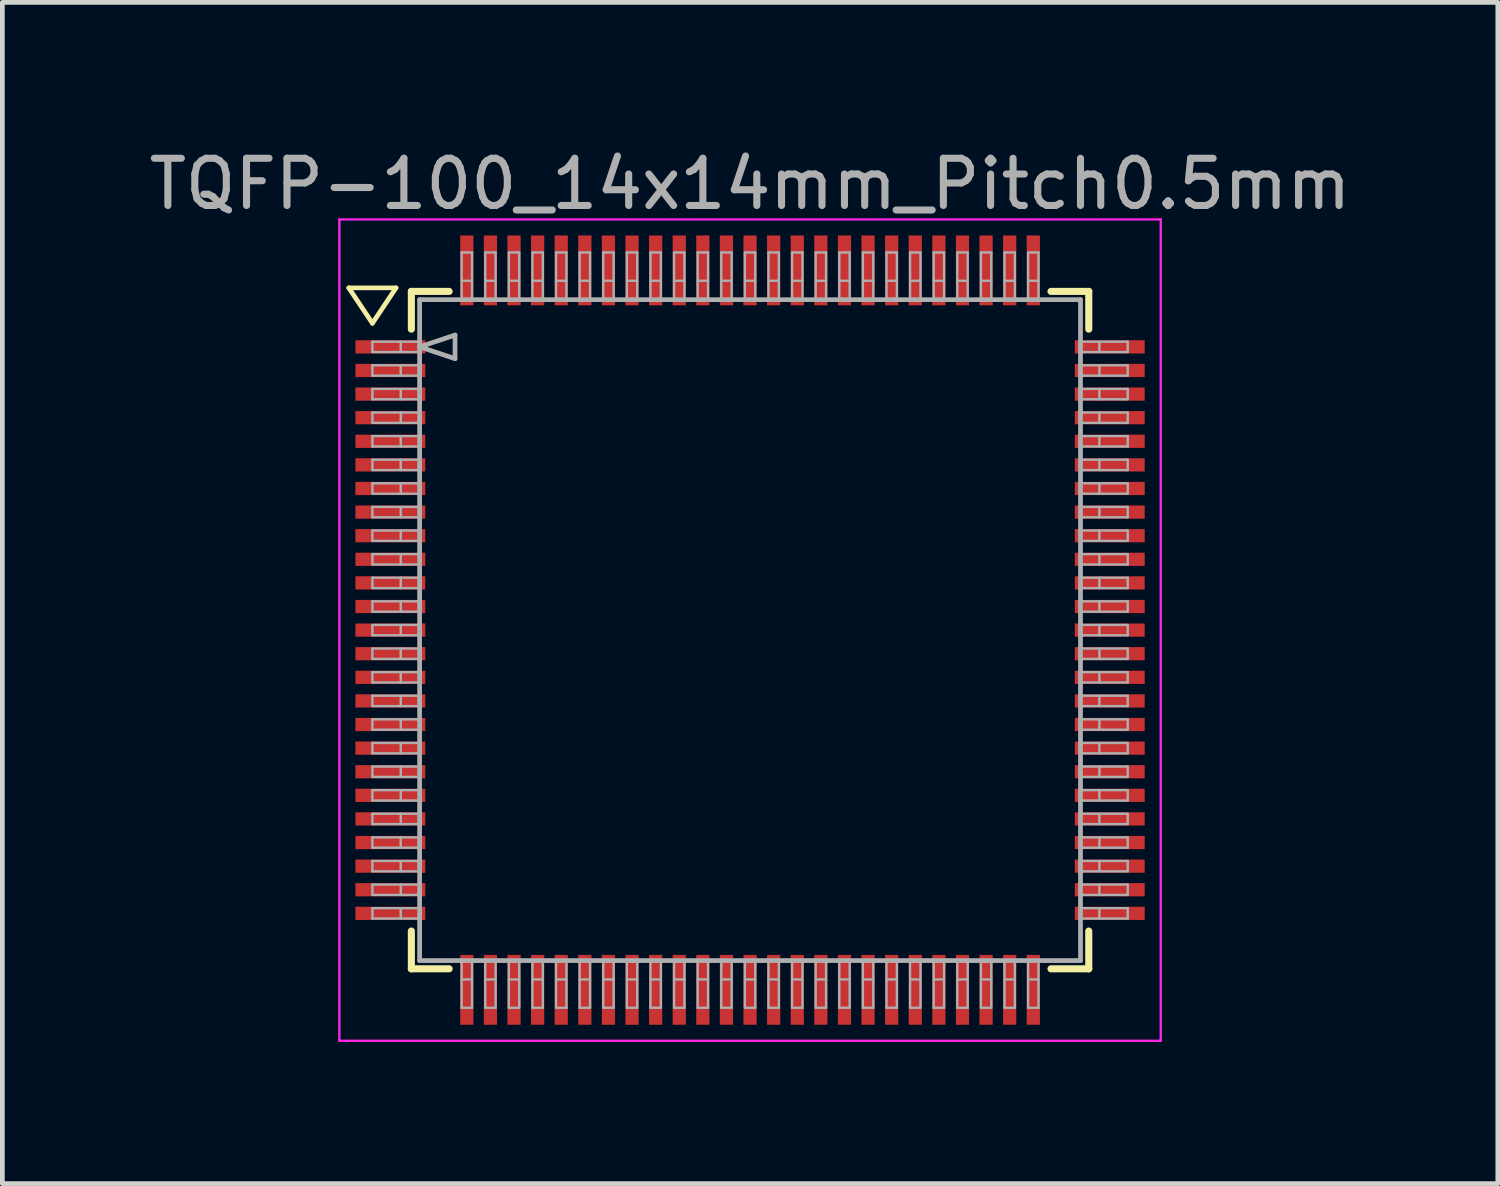
<source format=kicad_pcb>
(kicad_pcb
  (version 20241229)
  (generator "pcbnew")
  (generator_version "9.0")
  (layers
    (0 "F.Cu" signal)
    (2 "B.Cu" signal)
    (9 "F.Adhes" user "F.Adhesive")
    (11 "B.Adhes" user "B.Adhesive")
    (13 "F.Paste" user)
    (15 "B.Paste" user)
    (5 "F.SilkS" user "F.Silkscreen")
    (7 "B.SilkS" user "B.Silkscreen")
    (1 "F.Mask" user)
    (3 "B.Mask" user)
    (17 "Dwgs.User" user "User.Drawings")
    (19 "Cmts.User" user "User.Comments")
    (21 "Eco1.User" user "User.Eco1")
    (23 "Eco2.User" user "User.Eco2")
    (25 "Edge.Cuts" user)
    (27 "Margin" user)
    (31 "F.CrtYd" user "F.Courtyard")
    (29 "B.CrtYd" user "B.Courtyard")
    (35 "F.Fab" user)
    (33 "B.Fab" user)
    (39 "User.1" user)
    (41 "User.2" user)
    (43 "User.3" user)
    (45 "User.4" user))
  (footprint "TQFP-100_14x14mm_Pitch0.5mm"
    (layer "F.Cu")
    (at 12.839 10.298)
    (property "Reference" "TQFP-100_14x14mm_Pitch0.5mm" (at 0 -9.45 0) (layer "F.Fab") (effects (font (size 1 1) (thickness 0.15))))
    (attr smd)
    (fp_line (start -8.5 -7.25) (end -8 -6.5) (stroke (width 0.1) (type solid)) (layer "F.SilkS"))
    (fp_line (start -8 -6.5) (end -7.5 -7.25) (stroke (width 0.1) (type solid)) (layer "F.SilkS"))
    (fp_line (start -7.5 -7.25) (end -8.5 -7.25) (stroke (width 0.1) (type solid)) (layer "F.SilkS"))
    (fp_line (start -7.175 -7.175) (end -7.175 -6.375) (stroke (width 0.15) (type solid)) (layer "F.SilkS"))
    (fp_line (start -7.175 -7.175) (end -6.375 -7.175) (stroke (width 0.15) (type solid)) (layer "F.SilkS"))
    (fp_line (start -7.175 7.175) (end -7.175 6.375) (stroke (width 0.15) (type solid)) (layer "F.SilkS"))
    (fp_line (start -7.175 7.175) (end -6.375 7.175) (stroke (width 0.15) (type solid)) (layer "F.SilkS"))
    (fp_line (start 7.175 -7.175) (end 6.375 -7.175) (stroke (width 0.15) (type solid)) (layer "F.SilkS"))
    (fp_line (start 7.175 -7.175) (end 7.175 -6.375) (stroke (width 0.15) (type solid)) (layer "F.SilkS"))
    (fp_line (start 7.175 7.175) (end 6.375 7.175) (stroke (width 0.15) (type solid)) (layer "F.SilkS"))
    (fp_line (start 7.175 7.175) (end 7.175 6.375) (stroke (width 0.15) (type solid)) (layer "F.SilkS"))
    (fp_line (start -8.7 -8.7) (end -8.7 8.7) (stroke (width 0.05) (type solid)) (layer "F.CrtYd"))
    (fp_line (start -8.7 -8.7) (end 8.7 -8.7) (stroke (width 0.05) (type solid)) (layer "F.CrtYd"))
    (fp_line (start -8.7 8.7) (end 8.7 8.7) (stroke (width 0.05) (type solid)) (layer "F.CrtYd"))
    (fp_line (start 8.7 -8.7) (end 8.7 8.7) (stroke (width 0.05) (type solid)) (layer "F.CrtYd"))
    (fp_line (start -8 -6.11) (end -7 -6.11) (stroke (width 0.05) (type solid)) (layer "F.Fab"))
    (fp_line (start -8 -5.89) (end -8 -6.11) (stroke (width 0.05) (type solid)) (layer "F.Fab"))
    (fp_line (start -8 -5.89) (end -7 -5.89) (stroke (width 0.05) (type solid)) (layer "F.Fab"))
    (fp_line (start -8 -5.61) (end -7 -5.61) (stroke (width 0.05) (type solid)) (layer "F.Fab"))
    (fp_line (start -8 -5.39) (end -8 -5.61) (stroke (width 0.05) (type solid)) (layer "F.Fab"))
    (fp_line (start -8 -5.39) (end -7 -5.39) (stroke (width 0.05) (type solid)) (layer "F.Fab"))
    (fp_line (start -8 -5.11) (end -7 -5.11) (stroke (width 0.05) (type solid)) (layer "F.Fab"))
    (fp_line (start -8 -4.89) (end -8 -5.11) (stroke (width 0.05) (type solid)) (layer "F.Fab"))
    (fp_line (start -8 -4.89) (end -7 -4.89) (stroke (width 0.05) (type solid)) (layer "F.Fab"))
    (fp_line (start -8 -4.61) (end -7 -4.61) (stroke (width 0.05) (type solid)) (layer "F.Fab"))
    (fp_line (start -8 -4.39) (end -8 -4.61) (stroke (width 0.05) (type solid)) (layer "F.Fab"))
    (fp_line (start -8 -4.39) (end -7 -4.39) (stroke (width 0.05) (type solid)) (layer "F.Fab"))
    (fp_line (start -8 -4.11) (end -7 -4.11) (stroke (width 0.05) (type solid)) (layer "F.Fab"))
    (fp_line (start -8 -3.89) (end -8 -4.11) (stroke (width 0.05) (type solid)) (layer "F.Fab"))
    (fp_line (start -8 -3.89) (end -7 -3.89) (stroke (width 0.05) (type solid)) (layer "F.Fab"))
    (fp_line (start -8 -3.61) (end -7 -3.61) (stroke (width 0.05) (type solid)) (layer "F.Fab"))
    (fp_line (start -8 -3.39) (end -8 -3.61) (stroke (width 0.05) (type solid)) (layer "F.Fab"))
    (fp_line (start -8 -3.39) (end -7 -3.39) (stroke (width 0.05) (type solid)) (layer "F.Fab"))
    (fp_line (start -8 -3.11) (end -7 -3.11) (stroke (width 0.05) (type solid)) (layer "F.Fab"))
    (fp_line (start -8 -2.89) (end -8 -3.11) (stroke (width 0.05) (type solid)) (layer "F.Fab"))
    (fp_line (start -8 -2.89) (end -7 -2.89) (stroke (width 0.05) (type solid)) (layer "F.Fab"))
    (fp_line (start -8 -2.61) (end -7 -2.61) (stroke (width 0.05) (type solid)) (layer "F.Fab"))
    (fp_line (start -8 -2.39) (end -8 -2.61) (stroke (width 0.05) (type solid)) (layer "F.Fab"))
    (fp_line (start -8 -2.39) (end -7 -2.39) (stroke (width 0.05) (type solid)) (layer "F.Fab"))
    (fp_line (start -8 -2.11) (end -7 -2.11) (stroke (width 0.05) (type solid)) (layer "F.Fab"))
    (fp_line (start -8 -1.89) (end -8 -2.11) (stroke (width 0.05) (type solid)) (layer "F.Fab"))
    (fp_line (start -8 -1.89) (end -7 -1.89) (stroke (width 0.05) (type solid)) (layer "F.Fab"))
    (fp_line (start -8 -1.61) (end -7 -1.61) (stroke (width 0.05) (type solid)) (layer "F.Fab"))
    (fp_line (start -8 -1.39) (end -8 -1.61) (stroke (width 0.05) (type solid)) (layer "F.Fab"))
    (fp_line (start -8 -1.39) (end -7 -1.39) (stroke (width 0.05) (type solid)) (layer "F.Fab"))
    (fp_line (start -8 -1.11) (end -7 -1.11) (stroke (width 0.05) (type solid)) (layer "F.Fab"))
    (fp_line (start -8 -0.89) (end -8 -1.11) (stroke (width 0.05) (type solid)) (layer "F.Fab"))
    (fp_line (start -8 -0.89) (end -7 -0.89) (stroke (width 0.05) (type solid)) (layer "F.Fab"))
    (fp_line (start -8 -0.61) (end -7 -0.61) (stroke (width 0.05) (type solid)) (layer "F.Fab"))
    (fp_line (start -8 -0.39) (end -8 -0.61) (stroke (width 0.05) (type solid)) (layer "F.Fab"))
    (fp_line (start -8 -0.39) (end -7 -0.39) (stroke (width 0.05) (type solid)) (layer "F.Fab"))
    (fp_line (start -8 -0.11) (end -7 -0.11) (stroke (width 0.05) (type solid)) (layer "F.Fab"))
    (fp_line (start -8 0.11) (end -8 -0.11) (stroke (width 0.05) (type solid)) (layer "F.Fab"))
    (fp_line (start -8 0.11) (end -7 0.11) (stroke (width 0.05) (type solid)) (layer "F.Fab"))
    (fp_line (start -8 0.39) (end -7 0.39) (stroke (width 0.05) (type solid)) (layer "F.Fab"))
    (fp_line (start -8 0.61) (end -8 0.39) (stroke (width 0.05) (type solid)) (layer "F.Fab"))
    (fp_line (start -8 0.61) (end -7 0.61) (stroke (width 0.05) (type solid)) (layer "F.Fab"))
    (fp_line (start -8 0.89) (end -7 0.89) (stroke (width 0.05) (type solid)) (layer "F.Fab"))
    (fp_line (start -8 1.11) (end -8 0.89) (stroke (width 0.05) (type solid)) (layer "F.Fab"))
    (fp_line (start -8 1.11) (end -7 1.11) (stroke (width 0.05) (type solid)) (layer "F.Fab"))
    (fp_line (start -8 1.39) (end -7 1.39) (stroke (width 0.05) (type solid)) (layer "F.Fab"))
    (fp_line (start -8 1.61) (end -8 1.39) (stroke (width 0.05) (type solid)) (layer "F.Fab"))
    (fp_line (start -8 1.61) (end -7 1.61) (stroke (width 0.05) (type solid)) (layer "F.Fab"))
    (fp_line (start -8 1.89) (end -7 1.89) (stroke (width 0.05) (type solid)) (layer "F.Fab"))
    (fp_line (start -8 2.11) (end -8 1.89) (stroke (width 0.05) (type solid)) (layer "F.Fab"))
    (fp_line (start -8 2.11) (end -7 2.11) (stroke (width 0.05) (type solid)) (layer "F.Fab"))
    (fp_line (start -8 2.39) (end -7 2.39) (stroke (width 0.05) (type solid)) (layer "F.Fab"))
    (fp_line (start -8 2.61) (end -8 2.39) (stroke (width 0.05) (type solid)) (layer "F.Fab"))
    (fp_line (start -8 2.61) (end -7 2.61) (stroke (width 0.05) (type solid)) (layer "F.Fab"))
    (fp_line (start -8 2.89) (end -7 2.89) (stroke (width 0.05) (type solid)) (layer "F.Fab"))
    (fp_line (start -8 3.11) (end -8 2.89) (stroke (width 0.05) (type solid)) (layer "F.Fab"))
    (fp_line (start -8 3.11) (end -7 3.11) (stroke (width 0.05) (type solid)) (layer "F.Fab"))
    (fp_line (start -8 3.39) (end -7 3.39) (stroke (width 0.05) (type solid)) (layer "F.Fab"))
    (fp_line (start -8 3.61) (end -8 3.39) (stroke (width 0.05) (type solid)) (layer "F.Fab"))
    (fp_line (start -8 3.61) (end -7 3.61) (stroke (width 0.05) (type solid)) (layer "F.Fab"))
    (fp_line (start -8 3.89) (end -7 3.89) (stroke (width 0.05) (type solid)) (layer "F.Fab"))
    (fp_line (start -8 4.11) (end -8 3.89) (stroke (width 0.05) (type solid)) (layer "F.Fab"))
    (fp_line (start -8 4.11) (end -7 4.11) (stroke (width 0.05) (type solid)) (layer "F.Fab"))
    (fp_line (start -8 4.39) (end -7 4.39) (stroke (width 0.05) (type solid)) (layer "F.Fab"))
    (fp_line (start -8 4.61) (end -8 4.39) (stroke (width 0.05) (type solid)) (layer "F.Fab"))
    (fp_line (start -8 4.61) (end -7 4.61) (stroke (width 0.05) (type solid)) (layer "F.Fab"))
    (fp_line (start -8 4.89) (end -7 4.89) (stroke (width 0.05) (type solid)) (layer "F.Fab"))
    (fp_line (start -8 5.11) (end -8 4.89) (stroke (width 0.05) (type solid)) (layer "F.Fab"))
    (fp_line (start -8 5.11) (end -7 5.11) (stroke (width 0.05) (type solid)) (layer "F.Fab"))
    (fp_line (start -8 5.39) (end -7 5.39) (stroke (width 0.05) (type solid)) (layer "F.Fab"))
    (fp_line (start -8 5.61) (end -8 5.39) (stroke (width 0.05) (type solid)) (layer "F.Fab"))
    (fp_line (start -8 5.61) (end -7 5.61) (stroke (width 0.05) (type solid)) (layer "F.Fab"))
    (fp_line (start -8 5.89) (end -7 5.89) (stroke (width 0.05) (type solid)) (layer "F.Fab"))
    (fp_line (start -8 6.11) (end -8 5.89) (stroke (width 0.05) (type solid)) (layer "F.Fab"))
    (fp_line (start -8 6.11) (end -7 6.11) (stroke (width 0.05) (type solid)) (layer "F.Fab"))
    (fp_line (start -7.4 -5.89) (end -7.4 -6.11) (stroke (width 0.05) (type solid)) (layer "F.Fab"))
    (fp_line (start -7.4 -5.39) (end -7.4 -5.61) (stroke (width 0.05) (type solid)) (layer "F.Fab"))
    (fp_line (start -7.4 -4.89) (end -7.4 -5.11) (stroke (width 0.05) (type solid)) (layer "F.Fab"))
    (fp_line (start -7.4 -4.39) (end -7.4 -4.61) (stroke (width 0.05) (type solid)) (layer "F.Fab"))
    (fp_line (start -7.4 -3.89) (end -7.4 -4.11) (stroke (width 0.05) (type solid)) (layer "F.Fab"))
    (fp_line (start -7.4 -3.39) (end -7.4 -3.61) (stroke (width 0.05) (type solid)) (layer "F.Fab"))
    (fp_line (start -7.4 -2.89) (end -7.4 -3.11) (stroke (width 0.05) (type solid)) (layer "F.Fab"))
    (fp_line (start -7.4 -2.39) (end -7.4 -2.61) (stroke (width 0.05) (type solid)) (layer "F.Fab"))
    (fp_line (start -7.4 -1.89) (end -7.4 -2.11) (stroke (width 0.05) (type solid)) (layer "F.Fab"))
    (fp_line (start -7.4 -1.39) (end -7.4 -1.61) (stroke (width 0.05) (type solid)) (layer "F.Fab"))
    (fp_line (start -7.4 -0.89) (end -7.4 -1.11) (stroke (width 0.05) (type solid)) (layer "F.Fab"))
    (fp_line (start -7.4 -0.39) (end -7.4 -0.61) (stroke (width 0.05) (type solid)) (layer "F.Fab"))
    (fp_line (start -7.4 0.11) (end -7.4 -0.11) (stroke (width 0.05) (type solid)) (layer "F.Fab"))
    (fp_line (start -7.4 0.61) (end -7.4 0.39) (stroke (width 0.05) (type solid)) (layer "F.Fab"))
    (fp_line (start -7.4 1.11) (end -7.4 0.89) (stroke (width 0.05) (type solid)) (layer "F.Fab"))
    (fp_line (start -7.4 1.61) (end -7.4 1.39) (stroke (width 0.05) (type solid)) (layer "F.Fab"))
    (fp_line (start -7.4 2.11) (end -7.4 1.89) (stroke (width 0.05) (type solid)) (layer "F.Fab"))
    (fp_line (start -7.4 2.61) (end -7.4 2.39) (stroke (width 0.05) (type solid)) (layer "F.Fab"))
    (fp_line (start -7.4 3.11) (end -7.4 2.89) (stroke (width 0.05) (type solid)) (layer "F.Fab"))
    (fp_line (start -7.4 3.61) (end -7.4 3.39) (stroke (width 0.05) (type solid)) (layer "F.Fab"))
    (fp_line (start -7.4 4.11) (end -7.4 3.89) (stroke (width 0.05) (type solid)) (layer "F.Fab"))
    (fp_line (start -7.4 4.61) (end -7.4 4.39) (stroke (width 0.05) (type solid)) (layer "F.Fab"))
    (fp_line (start -7.4 5.11) (end -7.4 4.89) (stroke (width 0.05) (type solid)) (layer "F.Fab"))
    (fp_line (start -7.4 5.61) (end -7.4 5.39) (stroke (width 0.05) (type solid)) (layer "F.Fab"))
    (fp_line (start -7.4 6.11) (end -7.4 5.89) (stroke (width 0.05) (type solid)) (layer "F.Fab"))
    (fp_line (start -7 -7) (end 7 -7) (stroke (width 0.1) (type solid)) (layer "F.Fab"))
    (fp_line (start -7 -6) (end -6.25 -6.25) (stroke (width 0.1) (type solid)) (layer "F.Fab"))
    (fp_line (start -7 7) (end -7 -7) (stroke (width 0.1) (type solid)) (layer "F.Fab"))
    (fp_line (start -6.25 -6.25) (end -6.25 -5.75) (stroke (width 0.1) (type solid)) (layer "F.Fab"))
    (fp_line (start -6.25 -5.75) (end -7 -6) (stroke (width 0.1) (type solid)) (layer "F.Fab"))
    (fp_line (start -6.11 -8) (end -6.11 -7) (stroke (width 0.05) (type solid)) (layer "F.Fab"))
    (fp_line (start -6.11 -8) (end -5.89 -8) (stroke (width 0.05) (type solid)) (layer "F.Fab"))
    (fp_line (start -6.11 -7.4) (end -5.89 -7.4) (stroke (width 0.05) (type solid)) (layer "F.Fab"))
    (fp_line (start -6.11 7) (end -6.11 8) (stroke (width 0.05) (type solid)) (layer "F.Fab"))
    (fp_line (start -6.11 7.4) (end -5.89 7.4) (stroke (width 0.05) (type solid)) (layer "F.Fab"))
    (fp_line (start -6.11 8) (end -5.89 8) (stroke (width 0.05) (type solid)) (layer "F.Fab"))
    (fp_line (start -5.89 -8) (end -5.89 -7) (stroke (width 0.05) (type solid)) (layer "F.Fab"))
    (fp_line (start -5.89 7) (end -5.89 8) (stroke (width 0.05) (type solid)) (layer "F.Fab"))
    (fp_line (start -5.61 -8) (end -5.61 -7) (stroke (width 0.05) (type solid)) (layer "F.Fab"))
    (fp_line (start -5.61 -8) (end -5.39 -8) (stroke (width 0.05) (type solid)) (layer "F.Fab"))
    (fp_line (start -5.61 -7.4) (end -5.39 -7.4) (stroke (width 0.05) (type solid)) (layer "F.Fab"))
    (fp_line (start -5.61 7) (end -5.61 8) (stroke (width 0.05) (type solid)) (layer "F.Fab"))
    (fp_line (start -5.61 7.4) (end -5.39 7.4) (stroke (width 0.05) (type solid)) (layer "F.Fab"))
    (fp_line (start -5.61 8) (end -5.39 8) (stroke (width 0.05) (type solid)) (layer "F.Fab"))
    (fp_line (start -5.39 -8) (end -5.39 -7) (stroke (width 0.05) (type solid)) (layer "F.Fab"))
    (fp_line (start -5.39 7) (end -5.39 8) (stroke (width 0.05) (type solid)) (layer "F.Fab"))
    (fp_line (start -5.11 -8) (end -5.11 -7) (stroke (width 0.05) (type solid)) (layer "F.Fab"))
    (fp_line (start -5.11 -8) (end -4.89 -8) (stroke (width 0.05) (type solid)) (layer "F.Fab"))
    (fp_line (start -5.11 -7.4) (end -4.89 -7.4) (stroke (width 0.05) (type solid)) (layer "F.Fab"))
    (fp_line (start -5.11 7) (end -5.11 8) (stroke (width 0.05) (type solid)) (layer "F.Fab"))
    (fp_line (start -5.11 7.4) (end -4.89 7.4) (stroke (width 0.05) (type solid)) (layer "F.Fab"))
    (fp_line (start -5.11 8) (end -4.89 8) (stroke (width 0.05) (type solid)) (layer "F.Fab"))
    (fp_line (start -4.89 -8) (end -4.89 -7) (stroke (width 0.05) (type solid)) (layer "F.Fab"))
    (fp_line (start -4.89 7) (end -4.89 8) (stroke (width 0.05) (type solid)) (layer "F.Fab"))
    (fp_line (start -4.61 -8) (end -4.61 -7) (stroke (width 0.05) (type solid)) (layer "F.Fab"))
    (fp_line (start -4.61 -8) (end -4.39 -8) (stroke (width 0.05) (type solid)) (layer "F.Fab"))
    (fp_line (start -4.61 -7.4) (end -4.39 -7.4) (stroke (width 0.05) (type solid)) (layer "F.Fab"))
    (fp_line (start -4.61 7) (end -4.61 8) (stroke (width 0.05) (type solid)) (layer "F.Fab"))
    (fp_line (start -4.61 7.4) (end -4.39 7.4) (stroke (width 0.05) (type solid)) (layer "F.Fab"))
    (fp_line (start -4.61 8) (end -4.39 8) (stroke (width 0.05) (type solid)) (layer "F.Fab"))
    (fp_line (start -4.39 -8) (end -4.39 -7) (stroke (width 0.05) (type solid)) (layer "F.Fab"))
    (fp_line (start -4.39 7) (end -4.39 8) (stroke (width 0.05) (type solid)) (layer "F.Fab"))
    (fp_line (start -4.11 -8) (end -4.11 -7) (stroke (width 0.05) (type solid)) (layer "F.Fab"))
    (fp_line (start -4.11 -8) (end -3.89 -8) (stroke (width 0.05) (type solid)) (layer "F.Fab"))
    (fp_line (start -4.11 -7.4) (end -3.89 -7.4) (stroke (width 0.05) (type solid)) (layer "F.Fab"))
    (fp_line (start -4.11 7) (end -4.11 8) (stroke (width 0.05) (type solid)) (layer "F.Fab"))
    (fp_line (start -4.11 7.4) (end -3.89 7.4) (stroke (width 0.05) (type solid)) (layer "F.Fab"))
    (fp_line (start -4.11 8) (end -3.89 8) (stroke (width 0.05) (type solid)) (layer "F.Fab"))
    (fp_line (start -3.89 -8) (end -3.89 -7) (stroke (width 0.05) (type solid)) (layer "F.Fab"))
    (fp_line (start -3.89 7) (end -3.89 8) (stroke (width 0.05) (type solid)) (layer "F.Fab"))
    (fp_line (start -3.61 -8) (end -3.61 -7) (stroke (width 0.05) (type solid)) (layer "F.Fab"))
    (fp_line (start -3.61 -8) (end -3.39 -8) (stroke (width 0.05) (type solid)) (layer "F.Fab"))
    (fp_line (start -3.61 -7.4) (end -3.39 -7.4) (stroke (width 0.05) (type solid)) (layer "F.Fab"))
    (fp_line (start -3.61 7) (end -3.61 8) (stroke (width 0.05) (type solid)) (layer "F.Fab"))
    (fp_line (start -3.61 7.4) (end -3.39 7.4) (stroke (width 0.05) (type solid)) (layer "F.Fab"))
    (fp_line (start -3.61 8) (end -3.39 8) (stroke (width 0.05) (type solid)) (layer "F.Fab"))
    (fp_line (start -3.39 -8) (end -3.39 -7) (stroke (width 0.05) (type solid)) (layer "F.Fab"))
    (fp_line (start -3.39 7) (end -3.39 8) (stroke (width 0.05) (type solid)) (layer "F.Fab"))
    (fp_line (start -3.11 -8) (end -3.11 -7) (stroke (width 0.05) (type solid)) (layer "F.Fab"))
    (fp_line (start -3.11 -8) (end -2.89 -8) (stroke (width 0.05) (type solid)) (layer "F.Fab"))
    (fp_line (start -3.11 -7.4) (end -2.89 -7.4) (stroke (width 0.05) (type solid)) (layer "F.Fab"))
    (fp_line (start -3.11 7) (end -3.11 8) (stroke (width 0.05) (type solid)) (layer "F.Fab"))
    (fp_line (start -3.11 7.4) (end -2.89 7.4) (stroke (width 0.05) (type solid)) (layer "F.Fab"))
    (fp_line (start -3.11 8) (end -2.89 8) (stroke (width 0.05) (type solid)) (layer "F.Fab"))
    (fp_line (start -2.89 -8) (end -2.89 -7) (stroke (width 0.05) (type solid)) (layer "F.Fab"))
    (fp_line (start -2.89 7) (end -2.89 8) (stroke (width 0.05) (type solid)) (layer "F.Fab"))
    (fp_line (start -2.61 -8) (end -2.61 -7) (stroke (width 0.05) (type solid)) (layer "F.Fab"))
    (fp_line (start -2.61 -8) (end -2.39 -8) (stroke (width 0.05) (type solid)) (layer "F.Fab"))
    (fp_line (start -2.61 -7.4) (end -2.39 -7.4) (stroke (width 0.05) (type solid)) (layer "F.Fab"))
    (fp_line (start -2.61 7) (end -2.61 8) (stroke (width 0.05) (type solid)) (layer "F.Fab"))
    (fp_line (start -2.61 7.4) (end -2.39 7.4) (stroke (width 0.05) (type solid)) (layer "F.Fab"))
    (fp_line (start -2.61 8) (end -2.39 8) (stroke (width 0.05) (type solid)) (layer "F.Fab"))
    (fp_line (start -2.39 -8) (end -2.39 -7) (stroke (width 0.05) (type solid)) (layer "F.Fab"))
    (fp_line (start -2.39 7) (end -2.39 8) (stroke (width 0.05) (type solid)) (layer "F.Fab"))
    (fp_line (start -2.11 -8) (end -2.11 -7) (stroke (width 0.05) (type solid)) (layer "F.Fab"))
    (fp_line (start -2.11 -8) (end -1.89 -8) (stroke (width 0.05) (type solid)) (layer "F.Fab"))
    (fp_line (start -2.11 -7.4) (end -1.89 -7.4) (stroke (width 0.05) (type solid)) (layer "F.Fab"))
    (fp_line (start -2.11 7) (end -2.11 8) (stroke (width 0.05) (type solid)) (layer "F.Fab"))
    (fp_line (start -2.11 7.4) (end -1.89 7.4) (stroke (width 0.05) (type solid)) (layer "F.Fab"))
    (fp_line (start -2.11 8) (end -1.89 8) (stroke (width 0.05) (type solid)) (layer "F.Fab"))
    (fp_line (start -1.89 -8) (end -1.89 -7) (stroke (width 0.05) (type solid)) (layer "F.Fab"))
    (fp_line (start -1.89 7) (end -1.89 8) (stroke (width 0.05) (type solid)) (layer "F.Fab"))
    (fp_line (start -1.61 -8) (end -1.61 -7) (stroke (width 0.05) (type solid)) (layer "F.Fab"))
    (fp_line (start -1.61 -8) (end -1.39 -8) (stroke (width 0.05) (type solid)) (layer "F.Fab"))
    (fp_line (start -1.61 -7.4) (end -1.39 -7.4) (stroke (width 0.05) (type solid)) (layer "F.Fab"))
    (fp_line (start -1.61 7) (end -1.61 8) (stroke (width 0.05) (type solid)) (layer "F.Fab"))
    (fp_line (start -1.61 7.4) (end -1.39 7.4) (stroke (width 0.05) (type solid)) (layer "F.Fab"))
    (fp_line (start -1.61 8) (end -1.39 8) (stroke (width 0.05) (type solid)) (layer "F.Fab"))
    (fp_line (start -1.39 -8) (end -1.39 -7) (stroke (width 0.05) (type solid)) (layer "F.Fab"))
    (fp_line (start -1.39 7) (end -1.39 8) (stroke (width 0.05) (type solid)) (layer "F.Fab"))
    (fp_line (start -1.11 -8) (end -1.11 -7) (stroke (width 0.05) (type solid)) (layer "F.Fab"))
    (fp_line (start -1.11 -8) (end -0.89 -8) (stroke (width 0.05) (type solid)) (layer "F.Fab"))
    (fp_line (start -1.11 -7.4) (end -0.89 -7.4) (stroke (width 0.05) (type solid)) (layer "F.Fab"))
    (fp_line (start -1.11 7) (end -1.11 8) (stroke (width 0.05) (type solid)) (layer "F.Fab"))
    (fp_line (start -1.11 7.4) (end -0.89 7.4) (stroke (width 0.05) (type solid)) (layer "F.Fab"))
    (fp_line (start -1.11 8) (end -0.89 8) (stroke (width 0.05) (type solid)) (layer "F.Fab"))
    (fp_line (start -0.89 -8) (end -0.89 -7) (stroke (width 0.05) (type solid)) (layer "F.Fab"))
    (fp_line (start -0.89 7) (end -0.89 8) (stroke (width 0.05) (type solid)) (layer "F.Fab"))
    (fp_line (start -0.61 -8) (end -0.61 -7) (stroke (width 0.05) (type solid)) (layer "F.Fab"))
    (fp_line (start -0.61 -8) (end -0.39 -8) (stroke (width 0.05) (type solid)) (layer "F.Fab"))
    (fp_line (start -0.61 -7.4) (end -0.39 -7.4) (stroke (width 0.05) (type solid)) (layer "F.Fab"))
    (fp_line (start -0.61 7) (end -0.61 8) (stroke (width 0.05) (type solid)) (layer "F.Fab"))
    (fp_line (start -0.61 7.4) (end -0.39 7.4) (stroke (width 0.05) (type solid)) (layer "F.Fab"))
    (fp_line (start -0.61 8) (end -0.39 8) (stroke (width 0.05) (type solid)) (layer "F.Fab"))
    (fp_line (start -0.39 -8) (end -0.39 -7) (stroke (width 0.05) (type solid)) (layer "F.Fab"))
    (fp_line (start -0.39 7) (end -0.39 8) (stroke (width 0.05) (type solid)) (layer "F.Fab"))
    (fp_line (start -0.11 -8) (end -0.11 -7) (stroke (width 0.05) (type solid)) (layer "F.Fab"))
    (fp_line (start -0.11 -8) (end 0.11 -8) (stroke (width 0.05) (type solid)) (layer "F.Fab"))
    (fp_line (start -0.11 -7.4) (end 0.11 -7.4) (stroke (width 0.05) (type solid)) (layer "F.Fab"))
    (fp_line (start -0.11 7) (end -0.11 8) (stroke (width 0.05) (type solid)) (layer "F.Fab"))
    (fp_line (start -0.11 7.4) (end 0.11 7.4) (stroke (width 0.05) (type solid)) (layer "F.Fab"))
    (fp_line (start -0.11 8) (end 0.11 8) (stroke (width 0.05) (type solid)) (layer "F.Fab"))
    (fp_line (start 0.11 -8) (end 0.11 -7) (stroke (width 0.05) (type solid)) (layer "F.Fab"))
    (fp_line (start 0.11 7) (end 0.11 8) (stroke (width 0.05) (type solid)) (layer "F.Fab"))
    (fp_line (start 0.39 -8) (end 0.39 -7) (stroke (width 0.05) (type solid)) (layer "F.Fab"))
    (fp_line (start 0.39 -8) (end 0.61 -8) (stroke (width 0.05) (type solid)) (layer "F.Fab"))
    (fp_line (start 0.39 -7.4) (end 0.61 -7.4) (stroke (width 0.05) (type solid)) (layer "F.Fab"))
    (fp_line (start 0.39 7) (end 0.39 8) (stroke (width 0.05) (type solid)) (layer "F.Fab"))
    (fp_line (start 0.39 7.4) (end 0.61 7.4) (stroke (width 0.05) (type solid)) (layer "F.Fab"))
    (fp_line (start 0.39 8) (end 0.61 8) (stroke (width 0.05) (type solid)) (layer "F.Fab"))
    (fp_line (start 0.61 -8) (end 0.61 -7) (stroke (width 0.05) (type solid)) (layer "F.Fab"))
    (fp_line (start 0.61 7) (end 0.61 8) (stroke (width 0.05) (type solid)) (layer "F.Fab"))
    (fp_line (start 0.89 -8) (end 0.89 -7) (stroke (width 0.05) (type solid)) (layer "F.Fab"))
    (fp_line (start 0.89 -8) (end 1.11 -8) (stroke (width 0.05) (type solid)) (layer "F.Fab"))
    (fp_line (start 0.89 -7.4) (end 1.11 -7.4) (stroke (width 0.05) (type solid)) (layer "F.Fab"))
    (fp_line (start 0.89 7) (end 0.89 8) (stroke (width 0.05) (type solid)) (layer "F.Fab"))
    (fp_line (start 0.89 7.4) (end 1.11 7.4) (stroke (width 0.05) (type solid)) (layer "F.Fab"))
    (fp_line (start 0.89 8) (end 1.11 8) (stroke (width 0.05) (type solid)) (layer "F.Fab"))
    (fp_line (start 1.11 -8) (end 1.11 -7) (stroke (width 0.05) (type solid)) (layer "F.Fab"))
    (fp_line (start 1.11 7) (end 1.11 8) (stroke (width 0.05) (type solid)) (layer "F.Fab"))
    (fp_line (start 1.39 -8) (end 1.39 -7) (stroke (width 0.05) (type solid)) (layer "F.Fab"))
    (fp_line (start 1.39 -8) (end 1.61 -8) (stroke (width 0.05) (type solid)) (layer "F.Fab"))
    (fp_line (start 1.39 -7.4) (end 1.61 -7.4) (stroke (width 0.05) (type solid)) (layer "F.Fab"))
    (fp_line (start 1.39 7) (end 1.39 8) (stroke (width 0.05) (type solid)) (layer "F.Fab"))
    (fp_line (start 1.39 7.4) (end 1.61 7.4) (stroke (width 0.05) (type solid)) (layer "F.Fab"))
    (fp_line (start 1.39 8) (end 1.61 8) (stroke (width 0.05) (type solid)) (layer "F.Fab"))
    (fp_line (start 1.61 -8) (end 1.61 -7) (stroke (width 0.05) (type solid)) (layer "F.Fab"))
    (fp_line (start 1.61 7) (end 1.61 8) (stroke (width 0.05) (type solid)) (layer "F.Fab"))
    (fp_line (start 1.89 -8) (end 1.89 -7) (stroke (width 0.05) (type solid)) (layer "F.Fab"))
    (fp_line (start 1.89 -8) (end 2.11 -8) (stroke (width 0.05) (type solid)) (layer "F.Fab"))
    (fp_line (start 1.89 -7.4) (end 2.11 -7.4) (stroke (width 0.05) (type solid)) (layer "F.Fab"))
    (fp_line (start 1.89 7) (end 1.89 8) (stroke (width 0.05) (type solid)) (layer "F.Fab"))
    (fp_line (start 1.89 7.4) (end 2.11 7.4) (stroke (width 0.05) (type solid)) (layer "F.Fab"))
    (fp_line (start 1.89 8) (end 2.11 8) (stroke (width 0.05) (type solid)) (layer "F.Fab"))
    (fp_line (start 2.11 -8) (end 2.11 -7) (stroke (width 0.05) (type solid)) (layer "F.Fab"))
    (fp_line (start 2.11 7) (end 2.11 8) (stroke (width 0.05) (type solid)) (layer "F.Fab"))
    (fp_line (start 2.39 -8) (end 2.39 -7) (stroke (width 0.05) (type solid)) (layer "F.Fab"))
    (fp_line (start 2.39 -8) (end 2.61 -8) (stroke (width 0.05) (type solid)) (layer "F.Fab"))
    (fp_line (start 2.39 -7.4) (end 2.61 -7.4) (stroke (width 0.05) (type solid)) (layer "F.Fab"))
    (fp_line (start 2.39 7) (end 2.39 8) (stroke (width 0.05) (type solid)) (layer "F.Fab"))
    (fp_line (start 2.39 7.4) (end 2.61 7.4) (stroke (width 0.05) (type solid)) (layer "F.Fab"))
    (fp_line (start 2.39 8) (end 2.61 8) (stroke (width 0.05) (type solid)) (layer "F.Fab"))
    (fp_line (start 2.61 -8) (end 2.61 -7) (stroke (width 0.05) (type solid)) (layer "F.Fab"))
    (fp_line (start 2.61 7) (end 2.61 8) (stroke (width 0.05) (type solid)) (layer "F.Fab"))
    (fp_line (start 2.89 -8) (end 2.89 -7) (stroke (width 0.05) (type solid)) (layer "F.Fab"))
    (fp_line (start 2.89 -8) (end 3.11 -8) (stroke (width 0.05) (type solid)) (layer "F.Fab"))
    (fp_line (start 2.89 -7.4) (end 3.11 -7.4) (stroke (width 0.05) (type solid)) (layer "F.Fab"))
    (fp_line (start 2.89 7) (end 2.89 8) (stroke (width 0.05) (type solid)) (layer "F.Fab"))
    (fp_line (start 2.89 7.4) (end 3.11 7.4) (stroke (width 0.05) (type solid)) (layer "F.Fab"))
    (fp_line (start 2.89 8) (end 3.11 8) (stroke (width 0.05) (type solid)) (layer "F.Fab"))
    (fp_line (start 3.11 -8) (end 3.11 -7) (stroke (width 0.05) (type solid)) (layer "F.Fab"))
    (fp_line (start 3.11 7) (end 3.11 8) (stroke (width 0.05) (type solid)) (layer "F.Fab"))
    (fp_line (start 3.39 -8) (end 3.39 -7) (stroke (width 0.05) (type solid)) (layer "F.Fab"))
    (fp_line (start 3.39 -8) (end 3.61 -8) (stroke (width 0.05) (type solid)) (layer "F.Fab"))
    (fp_line (start 3.39 -7.4) (end 3.61 -7.4) (stroke (width 0.05) (type solid)) (layer "F.Fab"))
    (fp_line (start 3.39 7) (end 3.39 8) (stroke (width 0.05) (type solid)) (layer "F.Fab"))
    (fp_line (start 3.39 7.4) (end 3.61 7.4) (stroke (width 0.05) (type solid)) (layer "F.Fab"))
    (fp_line (start 3.39 8) (end 3.61 8) (stroke (width 0.05) (type solid)) (layer "F.Fab"))
    (fp_line (start 3.61 -8) (end 3.61 -7) (stroke (width 0.05) (type solid)) (layer "F.Fab"))
    (fp_line (start 3.61 7) (end 3.61 8) (stroke (width 0.05) (type solid)) (layer "F.Fab"))
    (fp_line (start 3.89 -8) (end 3.89 -7) (stroke (width 0.05) (type solid)) (layer "F.Fab"))
    (fp_line (start 3.89 -8) (end 4.11 -8) (stroke (width 0.05) (type solid)) (layer "F.Fab"))
    (fp_line (start 3.89 -7.4) (end 4.11 -7.4) (stroke (width 0.05) (type solid)) (layer "F.Fab"))
    (fp_line (start 3.89 7) (end 3.89 8) (stroke (width 0.05) (type solid)) (layer "F.Fab"))
    (fp_line (start 3.89 7.4) (end 4.11 7.4) (stroke (width 0.05) (type solid)) (layer "F.Fab"))
    (fp_line (start 3.89 8) (end 4.11 8) (stroke (width 0.05) (type solid)) (layer "F.Fab"))
    (fp_line (start 4.11 -8) (end 4.11 -7) (stroke (width 0.05) (type solid)) (layer "F.Fab"))
    (fp_line (start 4.11 7) (end 4.11 8) (stroke (width 0.05) (type solid)) (layer "F.Fab"))
    (fp_line (start 4.39 -8) (end 4.39 -7) (stroke (width 0.05) (type solid)) (layer "F.Fab"))
    (fp_line (start 4.39 -8) (end 4.61 -8) (stroke (width 0.05) (type solid)) (layer "F.Fab"))
    (fp_line (start 4.39 -7.4) (end 4.61 -7.4) (stroke (width 0.05) (type solid)) (layer "F.Fab"))
    (fp_line (start 4.39 7) (end 4.39 8) (stroke (width 0.05) (type solid)) (layer "F.Fab"))
    (fp_line (start 4.39 7.4) (end 4.61 7.4) (stroke (width 0.05) (type solid)) (layer "F.Fab"))
    (fp_line (start 4.39 8) (end 4.61 8) (stroke (width 0.05) (type solid)) (layer "F.Fab"))
    (fp_line (start 4.61 -8) (end 4.61 -7) (stroke (width 0.05) (type solid)) (layer "F.Fab"))
    (fp_line (start 4.61 7) (end 4.61 8) (stroke (width 0.05) (type solid)) (layer "F.Fab"))
    (fp_line (start 4.89 -8) (end 4.89 -7) (stroke (width 0.05) (type solid)) (layer "F.Fab"))
    (fp_line (start 4.89 -8) (end 5.11 -8) (stroke (width 0.05) (type solid)) (layer "F.Fab"))
    (fp_line (start 4.89 -7.4) (end 5.11 -7.4) (stroke (width 0.05) (type solid)) (layer "F.Fab"))
    (fp_line (start 4.89 7) (end 4.89 8) (stroke (width 0.05) (type solid)) (layer "F.Fab"))
    (fp_line (start 4.89 7.4) (end 5.11 7.4) (stroke (width 0.05) (type solid)) (layer "F.Fab"))
    (fp_line (start 4.89 8) (end 5.11 8) (stroke (width 0.05) (type solid)) (layer "F.Fab"))
    (fp_line (start 5.11 -8) (end 5.11 -7) (stroke (width 0.05) (type solid)) (layer "F.Fab"))
    (fp_line (start 5.11 7) (end 5.11 8) (stroke (width 0.05) (type solid)) (layer "F.Fab"))
    (fp_line (start 5.39 -8) (end 5.39 -7) (stroke (width 0.05) (type solid)) (layer "F.Fab"))
    (fp_line (start 5.39 -8) (end 5.61 -8) (stroke (width 0.05) (type solid)) (layer "F.Fab"))
    (fp_line (start 5.39 -7.4) (end 5.61 -7.4) (stroke (width 0.05) (type solid)) (layer "F.Fab"))
    (fp_line (start 5.39 7) (end 5.39 8) (stroke (width 0.05) (type solid)) (layer "F.Fab"))
    (fp_line (start 5.39 7.4) (end 5.61 7.4) (stroke (width 0.05) (type solid)) (layer "F.Fab"))
    (fp_line (start 5.39 8) (end 5.61 8) (stroke (width 0.05) (type solid)) (layer "F.Fab"))
    (fp_line (start 5.61 -8) (end 5.61 -7) (stroke (width 0.05) (type solid)) (layer "F.Fab"))
    (fp_line (start 5.61 7) (end 5.61 8) (stroke (width 0.05) (type solid)) (layer "F.Fab"))
    (fp_line (start 5.89 -8) (end 5.89 -7) (stroke (width 0.05) (type solid)) (layer "F.Fab"))
    (fp_line (start 5.89 -8) (end 6.11 -8) (stroke (width 0.05) (type solid)) (layer "F.Fab"))
    (fp_line (start 5.89 -7.4) (end 6.11 -7.4) (stroke (width 0.05) (type solid)) (layer "F.Fab"))
    (fp_line (start 5.89 7) (end 5.89 8) (stroke (width 0.05) (type solid)) (layer "F.Fab"))
    (fp_line (start 5.89 7.4) (end 6.11 7.4) (stroke (width 0.05) (type solid)) (layer "F.Fab"))
    (fp_line (start 5.89 8) (end 6.11 8) (stroke (width 0.05) (type solid)) (layer "F.Fab"))
    (fp_line (start 6.11 -8) (end 6.11 -7) (stroke (width 0.05) (type solid)) (layer "F.Fab"))
    (fp_line (start 6.11 7) (end 6.11 8) (stroke (width 0.05) (type solid)) (layer "F.Fab"))
    (fp_line (start 7 -7) (end 7 7) (stroke (width 0.1) (type solid)) (layer "F.Fab"))
    (fp_line (start 7 -6.11) (end 8 -6.11) (stroke (width 0.05) (type solid)) (layer "F.Fab"))
    (fp_line (start 7 -5.89) (end 8 -5.89) (stroke (width 0.05) (type solid)) (layer "F.Fab"))
    (fp_line (start 7 -5.61) (end 8 -5.61) (stroke (width 0.05) (type solid)) (layer "F.Fab"))
    (fp_line (start 7 -5.39) (end 8 -5.39) (stroke (width 0.05) (type solid)) (layer "F.Fab"))
    (fp_line (start 7 -5.11) (end 8 -5.11) (stroke (width 0.05) (type solid)) (layer "F.Fab"))
    (fp_line (start 7 -4.89) (end 8 -4.89) (stroke (width 0.05) (type solid)) (layer "F.Fab"))
    (fp_line (start 7 -4.61) (end 8 -4.61) (stroke (width 0.05) (type solid)) (layer "F.Fab"))
    (fp_line (start 7 -4.39) (end 8 -4.39) (stroke (width 0.05) (type solid)) (layer "F.Fab"))
    (fp_line (start 7 -4.11) (end 8 -4.11) (stroke (width 0.05) (type solid)) (layer "F.Fab"))
    (fp_line (start 7 -3.89) (end 8 -3.89) (stroke (width 0.05) (type solid)) (layer "F.Fab"))
    (fp_line (start 7 -3.61) (end 8 -3.61) (stroke (width 0.05) (type solid)) (layer "F.Fab"))
    (fp_line (start 7 -3.39) (end 8 -3.39) (stroke (width 0.05) (type solid)) (layer "F.Fab"))
    (fp_line (start 7 -3.11) (end 8 -3.11) (stroke (width 0.05) (type solid)) (layer "F.Fab"))
    (fp_line (start 7 -2.89) (end 8 -2.89) (stroke (width 0.05) (type solid)) (layer "F.Fab"))
    (fp_line (start 7 -2.61) (end 8 -2.61) (stroke (width 0.05) (type solid)) (layer "F.Fab"))
    (fp_line (start 7 -2.39) (end 8 -2.39) (stroke (width 0.05) (type solid)) (layer "F.Fab"))
    (fp_line (start 7 -2.11) (end 8 -2.11) (stroke (width 0.05) (type solid)) (layer "F.Fab"))
    (fp_line (start 7 -1.89) (end 8 -1.89) (stroke (width 0.05) (type solid)) (layer "F.Fab"))
    (fp_line (start 7 -1.61) (end 8 -1.61) (stroke (width 0.05) (type solid)) (layer "F.Fab"))
    (fp_line (start 7 -1.39) (end 8 -1.39) (stroke (width 0.05) (type solid)) (layer "F.Fab"))
    (fp_line (start 7 -1.11) (end 8 -1.11) (stroke (width 0.05) (type solid)) (layer "F.Fab"))
    (fp_line (start 7 -0.89) (end 8 -0.89) (stroke (width 0.05) (type solid)) (layer "F.Fab"))
    (fp_line (start 7 -0.61) (end 8 -0.61) (stroke (width 0.05) (type solid)) (layer "F.Fab"))
    (fp_line (start 7 -0.39) (end 8 -0.39) (stroke (width 0.05) (type solid)) (layer "F.Fab"))
    (fp_line (start 7 -0.11) (end 8 -0.11) (stroke (width 0.05) (type solid)) (layer "F.Fab"))
    (fp_line (start 7 0.11) (end 8 0.11) (stroke (width 0.05) (type solid)) (layer "F.Fab"))
    (fp_line (start 7 0.39) (end 8 0.39) (stroke (width 0.05) (type solid)) (layer "F.Fab"))
    (fp_line (start 7 0.61) (end 8 0.61) (stroke (width 0.05) (type solid)) (layer "F.Fab"))
    (fp_line (start 7 0.89) (end 8 0.89) (stroke (width 0.05) (type solid)) (layer "F.Fab"))
    (fp_line (start 7 1.11) (end 8 1.11) (stroke (width 0.05) (type solid)) (layer "F.Fab"))
    (fp_line (start 7 1.39) (end 8 1.39) (stroke (width 0.05) (type solid)) (layer "F.Fab"))
    (fp_line (start 7 1.61) (end 8 1.61) (stroke (width 0.05) (type solid)) (layer "F.Fab"))
    (fp_line (start 7 1.89) (end 8 1.89) (stroke (width 0.05) (type solid)) (layer "F.Fab"))
    (fp_line (start 7 2.11) (end 8 2.11) (stroke (width 0.05) (type solid)) (layer "F.Fab"))
    (fp_line (start 7 2.39) (end 8 2.39) (stroke (width 0.05) (type solid)) (layer "F.Fab"))
    (fp_line (start 7 2.61) (end 8 2.61) (stroke (width 0.05) (type solid)) (layer "F.Fab"))
    (fp_line (start 7 2.89) (end 8 2.89) (stroke (width 0.05) (type solid)) (layer "F.Fab"))
    (fp_line (start 7 3.11) (end 8 3.11) (stroke (width 0.05) (type solid)) (layer "F.Fab"))
    (fp_line (start 7 3.39) (end 8 3.39) (stroke (width 0.05) (type solid)) (layer "F.Fab"))
    (fp_line (start 7 3.61) (end 8 3.61) (stroke (width 0.05) (type solid)) (layer "F.Fab"))
    (fp_line (start 7 3.89) (end 8 3.89) (stroke (width 0.05) (type solid)) (layer "F.Fab"))
    (fp_line (start 7 4.11) (end 8 4.11) (stroke (width 0.05) (type solid)) (layer "F.Fab"))
    (fp_line (start 7 4.39) (end 8 4.39) (stroke (width 0.05) (type solid)) (layer "F.Fab"))
    (fp_line (start 7 4.61) (end 8 4.61) (stroke (width 0.05) (type solid)) (layer "F.Fab"))
    (fp_line (start 7 4.89) (end 8 4.89) (stroke (width 0.05) (type solid)) (layer "F.Fab"))
    (fp_line (start 7 5.11) (end 8 5.11) (stroke (width 0.05) (type solid)) (layer "F.Fab"))
    (fp_line (start 7 5.39) (end 8 5.39) (stroke (width 0.05) (type solid)) (layer "F.Fab"))
    (fp_line (start 7 5.61) (end 8 5.61) (stroke (width 0.05) (type solid)) (layer "F.Fab"))
    (fp_line (start 7 5.89) (end 8 5.89) (stroke (width 0.05) (type solid)) (layer "F.Fab"))
    (fp_line (start 7 6.11) (end 8 6.11) (stroke (width 0.05) (type solid)) (layer "F.Fab"))
    (fp_line (start 7 7) (end -7 7) (stroke (width 0.1) (type solid)) (layer "F.Fab"))
    (fp_line (start 7.4 -5.89) (end 7.4 -6.11) (stroke (width 0.05) (type solid)) (layer "F.Fab"))
    (fp_line (start 7.4 -5.39) (end 7.4 -5.61) (stroke (width 0.05) (type solid)) (layer "F.Fab"))
    (fp_line (start 7.4 -4.89) (end 7.4 -5.11) (stroke (width 0.05) (type solid)) (layer "F.Fab"))
    (fp_line (start 7.4 -4.39) (end 7.4 -4.61) (stroke (width 0.05) (type solid)) (layer "F.Fab"))
    (fp_line (start 7.4 -3.89) (end 7.4 -4.11) (stroke (width 0.05) (type solid)) (layer "F.Fab"))
    (fp_line (start 7.4 -3.39) (end 7.4 -3.61) (stroke (width 0.05) (type solid)) (layer "F.Fab"))
    (fp_line (start 7.4 -2.89) (end 7.4 -3.11) (stroke (width 0.05) (type solid)) (layer "F.Fab"))
    (fp_line (start 7.4 -2.39) (end 7.4 -2.61) (stroke (width 0.05) (type solid)) (layer "F.Fab"))
    (fp_line (start 7.4 -1.89) (end 7.4 -2.11) (stroke (width 0.05) (type solid)) (layer "F.Fab"))
    (fp_line (start 7.4 -1.39) (end 7.4 -1.61) (stroke (width 0.05) (type solid)) (layer "F.Fab"))
    (fp_line (start 7.4 -0.89) (end 7.4 -1.11) (stroke (width 0.05) (type solid)) (layer "F.Fab"))
    (fp_line (start 7.4 -0.39) (end 7.4 -0.61) (stroke (width 0.05) (type solid)) (layer "F.Fab"))
    (fp_line (start 7.4 0.11) (end 7.4 -0.11) (stroke (width 0.05) (type solid)) (layer "F.Fab"))
    (fp_line (start 7.4 0.61) (end 7.4 0.39) (stroke (width 0.05) (type solid)) (layer "F.Fab"))
    (fp_line (start 7.4 1.11) (end 7.4 0.89) (stroke (width 0.05) (type solid)) (layer "F.Fab"))
    (fp_line (start 7.4 1.61) (end 7.4 1.39) (stroke (width 0.05) (type solid)) (layer "F.Fab"))
    (fp_line (start 7.4 2.11) (end 7.4 1.89) (stroke (width 0.05) (type solid)) (layer "F.Fab"))
    (fp_line (start 7.4 2.61) (end 7.4 2.39) (stroke (width 0.05) (type solid)) (layer "F.Fab"))
    (fp_line (start 7.4 3.11) (end 7.4 2.89) (stroke (width 0.05) (type solid)) (layer "F.Fab"))
    (fp_line (start 7.4 3.61) (end 7.4 3.39) (stroke (width 0.05) (type solid)) (layer "F.Fab"))
    (fp_line (start 7.4 4.11) (end 7.4 3.89) (stroke (width 0.05) (type solid)) (layer "F.Fab"))
    (fp_line (start 7.4 4.61) (end 7.4 4.39) (stroke (width 0.05) (type solid)) (layer "F.Fab"))
    (fp_line (start 7.4 5.11) (end 7.4 4.89) (stroke (width 0.05) (type solid)) (layer "F.Fab"))
    (fp_line (start 7.4 5.61) (end 7.4 5.39) (stroke (width 0.05) (type solid)) (layer "F.Fab"))
    (fp_line (start 7.4 6.11) (end 7.4 5.89) (stroke (width 0.05) (type solid)) (layer "F.Fab"))
    (fp_line (start 8 -5.89) (end 8 -6.11) (stroke (width 0.05) (type solid)) (layer "F.Fab"))
    (fp_line (start 8 -5.39) (end 8 -5.61) (stroke (width 0.05) (type solid)) (layer "F.Fab"))
    (fp_line (start 8 -4.89) (end 8 -5.11) (stroke (width 0.05) (type solid)) (layer "F.Fab"))
    (fp_line (start 8 -4.39) (end 8 -4.61) (stroke (width 0.05) (type solid)) (layer "F.Fab"))
    (fp_line (start 8 -3.89) (end 8 -4.11) (stroke (width 0.05) (type solid)) (layer "F.Fab"))
    (fp_line (start 8 -3.39) (end 8 -3.61) (stroke (width 0.05) (type solid)) (layer "F.Fab"))
    (fp_line (start 8 -2.89) (end 8 -3.11) (stroke (width 0.05) (type solid)) (layer "F.Fab"))
    (fp_line (start 8 -2.39) (end 8 -2.61) (stroke (width 0.05) (type solid)) (layer "F.Fab"))
    (fp_line (start 8 -1.89) (end 8 -2.11) (stroke (width 0.05) (type solid)) (layer "F.Fab"))
    (fp_line (start 8 -1.39) (end 8 -1.61) (stroke (width 0.05) (type solid)) (layer "F.Fab"))
    (fp_line (start 8 -0.89) (end 8 -1.11) (stroke (width 0.05) (type solid)) (layer "F.Fab"))
    (fp_line (start 8 -0.39) (end 8 -0.61) (stroke (width 0.05) (type solid)) (layer "F.Fab"))
    (fp_line (start 8 0.11) (end 8 -0.11) (stroke (width 0.05) (type solid)) (layer "F.Fab"))
    (fp_line (start 8 0.61) (end 8 0.39) (stroke (width 0.05) (type solid)) (layer "F.Fab"))
    (fp_line (start 8 1.11) (end 8 0.89) (stroke (width 0.05) (type solid)) (layer "F.Fab"))
    (fp_line (start 8 1.61) (end 8 1.39) (stroke (width 0.05) (type solid)) (layer "F.Fab"))
    (fp_line (start 8 2.11) (end 8 1.89) (stroke (width 0.05) (type solid)) (layer "F.Fab"))
    (fp_line (start 8 2.61) (end 8 2.39) (stroke (width 0.05) (type solid)) (layer "F.Fab"))
    (fp_line (start 8 3.11) (end 8 2.89) (stroke (width 0.05) (type solid)) (layer "F.Fab"))
    (fp_line (start 8 3.61) (end 8 3.39) (stroke (width 0.05) (type solid)) (layer "F.Fab"))
    (fp_line (start 8 4.11) (end 8 3.89) (stroke (width 0.05) (type solid)) (layer "F.Fab"))
    (fp_line (start 8 4.61) (end 8 4.39) (stroke (width 0.05) (type solid)) (layer "F.Fab"))
    (fp_line (start 8 5.11) (end 8 4.89) (stroke (width 0.05) (type solid)) (layer "F.Fab"))
    (fp_line (start 8 5.61) (end 8 5.39) (stroke (width 0.05) (type solid)) (layer "F.Fab"))
    (fp_line (start 8 6.11) (end 8 5.89) (stroke (width 0.05) (type solid)) (layer "F.Fab"))
    (pad "1" smd rect (at -7.62 -6) (size 1.48 0.28) (layers "F.Cu" "F.Mask" "F.Paste"))
    (pad "2" smd rect (at -7.62 -5.5) (size 1.48 0.28) (layers "F.Cu" "F.Mask" "F.Paste"))
    (pad "3" smd rect (at -7.62 -5) (size 1.48 0.28) (layers "F.Cu" "F.Mask" "F.Paste"))
    (pad "4" smd rect (at -7.62 -4.5) (size 1.48 0.28) (layers "F.Cu" "F.Mask" "F.Paste"))
    (pad "5" smd rect (at -7.62 -4) (size 1.48 0.28) (layers "F.Cu" "F.Mask" "F.Paste"))
    (pad "6" smd rect (at -7.62 -3.5) (size 1.48 0.28) (layers "F.Cu" "F.Mask" "F.Paste"))
    (pad "7" smd rect (at -7.62 -3) (size 1.48 0.28) (layers "F.Cu" "F.Mask" "F.Paste"))
    (pad "8" smd rect (at -7.62 -2.5) (size 1.48 0.28) (layers "F.Cu" "F.Mask" "F.Paste"))
    (pad "9" smd rect (at -7.62 -2) (size 1.48 0.28) (layers "F.Cu" "F.Mask" "F.Paste"))
    (pad "10" smd rect (at -7.62 -1.5) (size 1.48 0.28) (layers "F.Cu" "F.Mask" "F.Paste"))
    (pad "11" smd rect (at -7.62 -1) (size 1.48 0.28) (layers "F.Cu" "F.Mask" "F.Paste"))
    (pad "12" smd rect (at -7.62 -0.5) (size 1.48 0.28) (layers "F.Cu" "F.Mask" "F.Paste"))
    (pad "13" smd rect (at -7.62 0) (size 1.48 0.28) (layers "F.Cu" "F.Mask" "F.Paste"))
    (pad "14" smd rect (at -7.62 0.5) (size 1.48 0.28) (layers "F.Cu" "F.Mask" "F.Paste"))
    (pad "15" smd rect (at -7.62 1) (size 1.48 0.28) (layers "F.Cu" "F.Mask" "F.Paste"))
    (pad "16" smd rect (at -7.62 1.5) (size 1.48 0.28) (layers "F.Cu" "F.Mask" "F.Paste"))
    (pad "17" smd rect (at -7.62 2) (size 1.48 0.28) (layers "F.Cu" "F.Mask" "F.Paste"))
    (pad "18" smd rect (at -7.62 2.5) (size 1.48 0.28) (layers "F.Cu" "F.Mask" "F.Paste"))
    (pad "19" smd rect (at -7.62 3) (size 1.48 0.28) (layers "F.Cu" "F.Mask" "F.Paste"))
    (pad "20" smd rect (at -7.62 3.5) (size 1.48 0.28) (layers "F.Cu" "F.Mask" "F.Paste"))
    (pad "21" smd rect (at -7.62 4) (size 1.48 0.28) (layers "F.Cu" "F.Mask" "F.Paste"))
    (pad "22" smd rect (at -7.62 4.5) (size 1.48 0.28) (layers "F.Cu" "F.Mask" "F.Paste"))
    (pad "23" smd rect (at -7.62 5) (size 1.48 0.28) (layers "F.Cu" "F.Mask" "F.Paste"))
    (pad "24" smd rect (at -7.62 5.5) (size 1.48 0.28) (layers "F.Cu" "F.Mask" "F.Paste"))
    (pad "25" smd rect (at -7.62 6) (size 1.48 0.28) (layers "F.Cu" "F.Mask" "F.Paste"))
    (pad "26" smd rect (at -6 7.62 90) (size 1.48 0.28) (layers "F.Cu" "F.Mask" "F.Paste"))
    (pad "27" smd rect (at -5.5 7.62 90) (size 1.48 0.28) (layers "F.Cu" "F.Mask" "F.Paste"))
    (pad "28" smd rect (at -5 7.62 90) (size 1.48 0.28) (layers "F.Cu" "F.Mask" "F.Paste"))
    (pad "29" smd rect (at -4.5 7.62 90) (size 1.48 0.28) (layers "F.Cu" "F.Mask" "F.Paste"))
    (pad "30" smd rect (at -4 7.62 90) (size 1.48 0.28) (layers "F.Cu" "F.Mask" "F.Paste"))
    (pad "31" smd rect (at -3.5 7.62 90) (size 1.48 0.28) (layers "F.Cu" "F.Mask" "F.Paste"))
    (pad "32" smd rect (at -3 7.62 90) (size 1.48 0.28) (layers "F.Cu" "F.Mask" "F.Paste"))
    (pad "33" smd rect (at -2.5 7.62 90) (size 1.48 0.28) (layers "F.Cu" "F.Mask" "F.Paste"))
    (pad "34" smd rect (at -2 7.62 90) (size 1.48 0.28) (layers "F.Cu" "F.Mask" "F.Paste"))
    (pad "35" smd rect (at -1.5 7.62 90) (size 1.48 0.28) (layers "F.Cu" "F.Mask" "F.Paste"))
    (pad "36" smd rect (at -1 7.62 90) (size 1.48 0.28) (layers "F.Cu" "F.Mask" "F.Paste"))
    (pad "37" smd rect (at -0.5 7.62 90) (size 1.48 0.28) (layers "F.Cu" "F.Mask" "F.Paste"))
    (pad "38" smd rect (at 0 7.62 90) (size 1.48 0.28) (layers "F.Cu" "F.Mask" "F.Paste"))
    (pad "39" smd rect (at 0.5 7.62 90) (size 1.48 0.28) (layers "F.Cu" "F.Mask" "F.Paste"))
    (pad "40" smd rect (at 1 7.62 90) (size 1.48 0.28) (layers "F.Cu" "F.Mask" "F.Paste"))
    (pad "41" smd rect (at 1.5 7.62 90) (size 1.48 0.28) (layers "F.Cu" "F.Mask" "F.Paste"))
    (pad "42" smd rect (at 2 7.62 90) (size 1.48 0.28) (layers "F.Cu" "F.Mask" "F.Paste"))
    (pad "43" smd rect (at 2.5 7.62 90) (size 1.48 0.28) (layers "F.Cu" "F.Mask" "F.Paste"))
    (pad "44" smd rect (at 3 7.62 90) (size 1.48 0.28) (layers "F.Cu" "F.Mask" "F.Paste"))
    (pad "45" smd rect (at 3.5 7.62 90) (size 1.48 0.28) (layers "F.Cu" "F.Mask" "F.Paste"))
    (pad "46" smd rect (at 4 7.62 90) (size 1.48 0.28) (layers "F.Cu" "F.Mask" "F.Paste"))
    (pad "47" smd rect (at 4.5 7.62 90) (size 1.48 0.28) (layers "F.Cu" "F.Mask" "F.Paste"))
    (pad "48" smd rect (at 5 7.62 90) (size 1.48 0.28) (layers "F.Cu" "F.Mask" "F.Paste"))
    (pad "49" smd rect (at 5.5 7.62 90) (size 1.48 0.28) (layers "F.Cu" "F.Mask" "F.Paste"))
    (pad "50" smd rect (at 6 7.62 90) (size 1.48 0.28) (layers "F.Cu" "F.Mask" "F.Paste"))
    (pad "51" smd rect (at 7.62 6) (size 1.48 0.28) (layers "F.Cu" "F.Mask" "F.Paste"))
    (pad "52" smd rect (at 7.62 5.5) (size 1.48 0.28) (layers "F.Cu" "F.Mask" "F.Paste"))
    (pad "53" smd rect (at 7.62 5) (size 1.48 0.28) (layers "F.Cu" "F.Mask" "F.Paste"))
    (pad "54" smd rect (at 7.62 4.5) (size 1.48 0.28) (layers "F.Cu" "F.Mask" "F.Paste"))
    (pad "55" smd rect (at 7.62 4) (size 1.48 0.28) (layers "F.Cu" "F.Mask" "F.Paste"))
    (pad "56" smd rect (at 7.62 3.5) (size 1.48 0.28) (layers "F.Cu" "F.Mask" "F.Paste"))
    (pad "57" smd rect (at 7.62 3) (size 1.48 0.28) (layers "F.Cu" "F.Mask" "F.Paste"))
    (pad "58" smd rect (at 7.62 2.5) (size 1.48 0.28) (layers "F.Cu" "F.Mask" "F.Paste"))
    (pad "59" smd rect (at 7.62 2) (size 1.48 0.28) (layers "F.Cu" "F.Mask" "F.Paste"))
    (pad "60" smd rect (at 7.62 1.5) (size 1.48 0.28) (layers "F.Cu" "F.Mask" "F.Paste"))
    (pad "61" smd rect (at 7.62 1) (size 1.48 0.28) (layers "F.Cu" "F.Mask" "F.Paste"))
    (pad "62" smd rect (at 7.62 0.5) (size 1.48 0.28) (layers "F.Cu" "F.Mask" "F.Paste"))
    (pad "63" smd rect (at 7.62 0) (size 1.48 0.28) (layers "F.Cu" "F.Mask" "F.Paste"))
    (pad "64" smd rect (at 7.62 -0.5) (size 1.48 0.28) (layers "F.Cu" "F.Mask" "F.Paste"))
    (pad "65" smd rect (at 7.62 -1) (size 1.48 0.28) (layers "F.Cu" "F.Mask" "F.Paste"))
    (pad "66" smd rect (at 7.62 -1.5) (size 1.48 0.28) (layers "F.Cu" "F.Mask" "F.Paste"))
    (pad "67" smd rect (at 7.62 -2) (size 1.48 0.28) (layers "F.Cu" "F.Mask" "F.Paste"))
    (pad "68" smd rect (at 7.62 -2.5) (size 1.48 0.28) (layers "F.Cu" "F.Mask" "F.Paste"))
    (pad "69" smd rect (at 7.62 -3) (size 1.48 0.28) (layers "F.Cu" "F.Mask" "F.Paste"))
    (pad "70" smd rect (at 7.62 -3.5) (size 1.48 0.28) (layers "F.Cu" "F.Mask" "F.Paste"))
    (pad "71" smd rect (at 7.62 -4) (size 1.48 0.28) (layers "F.Cu" "F.Mask" "F.Paste"))
    (pad "72" smd rect (at 7.62 -4.5) (size 1.48 0.28) (layers "F.Cu" "F.Mask" "F.Paste"))
    (pad "73" smd rect (at 7.62 -5) (size 1.48 0.28) (layers "F.Cu" "F.Mask" "F.Paste"))
    (pad "74" smd rect (at 7.62 -5.5) (size 1.48 0.28) (layers "F.Cu" "F.Mask" "F.Paste"))
    (pad "75" smd rect (at 7.62 -6) (size 1.48 0.28) (layers "F.Cu" "F.Mask" "F.Paste"))
    (pad "76" smd rect (at 6 -7.62 90) (size 1.48 0.28) (layers "F.Cu" "F.Mask" "F.Paste"))
    (pad "77" smd rect (at 5.5 -7.62 90) (size 1.48 0.28) (layers "F.Cu" "F.Mask" "F.Paste"))
    (pad "78" smd rect (at 5 -7.62 90) (size 1.48 0.28) (layers "F.Cu" "F.Mask" "F.Paste"))
    (pad "79" smd rect (at 4.5 -7.62 90) (size 1.48 0.28) (layers "F.Cu" "F.Mask" "F.Paste"))
    (pad "80" smd rect (at 4 -7.62 90) (size 1.48 0.28) (layers "F.Cu" "F.Mask" "F.Paste"))
    (pad "81" smd rect (at 3.5 -7.62 90) (size 1.48 0.28) (layers "F.Cu" "F.Mask" "F.Paste"))
    (pad "82" smd rect (at 3 -7.62 90) (size 1.48 0.28) (layers "F.Cu" "F.Mask" "F.Paste"))
    (pad "83" smd rect (at 2.5 -7.62 90) (size 1.48 0.28) (layers "F.Cu" "F.Mask" "F.Paste"))
    (pad "84" smd rect (at 2 -7.62 90) (size 1.48 0.28) (layers "F.Cu" "F.Mask" "F.Paste"))
    (pad "85" smd rect (at 1.5 -7.62 90) (size 1.48 0.28) (layers "F.Cu" "F.Mask" "F.Paste"))
    (pad "86" smd rect (at 1 -7.62 90) (size 1.48 0.28) (layers "F.Cu" "F.Mask" "F.Paste"))
    (pad "87" smd rect (at 0.5 -7.62 90) (size 1.48 0.28) (layers "F.Cu" "F.Mask" "F.Paste"))
    (pad "88" smd rect (at 0 -7.62 90) (size 1.48 0.28) (layers "F.Cu" "F.Mask" "F.Paste"))
    (pad "89" smd rect (at -0.5 -7.62 90) (size 1.48 0.28) (layers "F.Cu" "F.Mask" "F.Paste"))
    (pad "90" smd rect (at -1 -7.62 90) (size 1.48 0.28) (layers "F.Cu" "F.Mask" "F.Paste"))
    (pad "91" smd rect (at -1.5 -7.62 90) (size 1.48 0.28) (layers "F.Cu" "F.Mask" "F.Paste"))
    (pad "92" smd rect (at -2 -7.62 90) (size 1.48 0.28) (layers "F.Cu" "F.Mask" "F.Paste"))
    (pad "93" smd rect (at -2.5 -7.62 90) (size 1.48 0.28) (layers "F.Cu" "F.Mask" "F.Paste"))
    (pad "94" smd rect (at -3 -7.62 90) (size 1.48 0.28) (layers "F.Cu" "F.Mask" "F.Paste"))
    (pad "95" smd rect (at -3.5 -7.62 90) (size 1.48 0.28) (layers "F.Cu" "F.Mask" "F.Paste"))
    (pad "96" smd rect (at -4 -7.62 90) (size 1.48 0.28) (layers "F.Cu" "F.Mask" "F.Paste"))
    (pad "97" smd rect (at -4.5 -7.62 90) (size 1.48 0.28) (layers "F.Cu" "F.Mask" "F.Paste"))
    (pad "98" smd rect (at -5 -7.62 90) (size 1.48 0.28) (layers "F.Cu" "F.Mask" "F.Paste"))
    (pad "99" smd rect (at -5.5 -7.62 90) (size 1.48 0.28) (layers "F.Cu" "F.Mask" "F.Paste"))
    (pad "100" smd rect (at -6 -7.62 90) (size 1.48 0.28) (layers "F.Cu" "F.Mask" "F.Paste")))
  (gr_rect
    (start -3 -3)
    (end 28.679 22.023)
    (stroke (width 0.1) (type default))
    (fill no)
    (layer "Edge.Cuts")))
</source>
